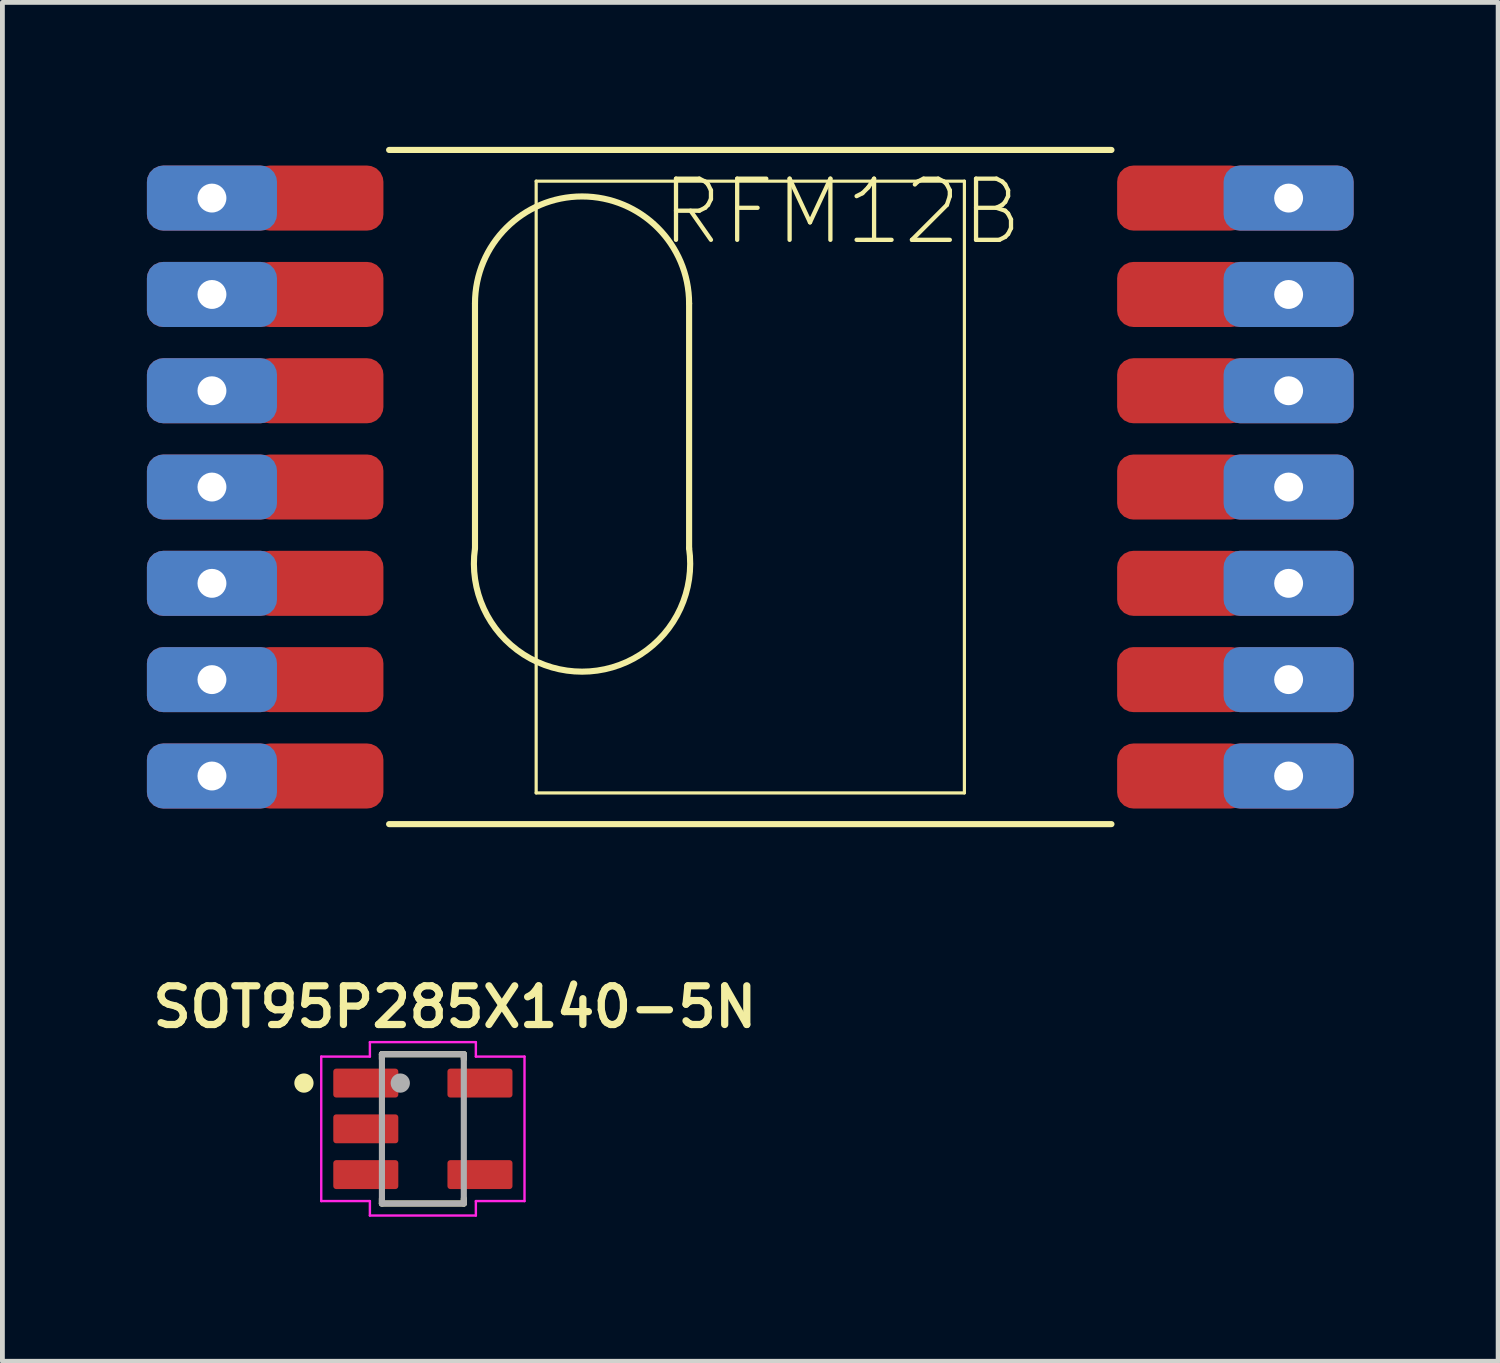
<source format=kicad_pcb>
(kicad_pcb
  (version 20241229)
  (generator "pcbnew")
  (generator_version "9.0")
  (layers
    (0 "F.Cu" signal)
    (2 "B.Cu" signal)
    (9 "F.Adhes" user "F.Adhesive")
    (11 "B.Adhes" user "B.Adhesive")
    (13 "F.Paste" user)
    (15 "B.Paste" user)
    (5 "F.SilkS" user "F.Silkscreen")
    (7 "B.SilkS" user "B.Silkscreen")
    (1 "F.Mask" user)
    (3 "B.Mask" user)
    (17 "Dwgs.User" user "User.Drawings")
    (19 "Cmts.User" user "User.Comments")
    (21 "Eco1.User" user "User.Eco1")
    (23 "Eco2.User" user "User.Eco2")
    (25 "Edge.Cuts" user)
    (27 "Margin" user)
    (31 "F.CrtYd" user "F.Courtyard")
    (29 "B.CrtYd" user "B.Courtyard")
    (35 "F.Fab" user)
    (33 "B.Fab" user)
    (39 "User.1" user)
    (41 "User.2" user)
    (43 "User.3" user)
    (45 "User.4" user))
  (footprint "SOT95P285X140-5N"
    (layer "F.Cu")
    (at 5.729 20.385)
    (property "Reference" "SOT95P285X140-5N" (at 0.664 -2.53 0) (layer "F.SilkS") (effects (font (size 0.803 0.803) (thickness 0.15))))
    (attr smd)
    (fp_line (start -0.85 -1.55) (end -0.85 -1.45) (stroke (width 0.127) (type solid)) (layer "F.SilkS"))
    (fp_line (start -0.85 1.55) (end -0.85 1.45) (stroke (width 0.127) (type solid)) (layer "F.SilkS"))
    (fp_line (start 0.85 -1.55) (end -0.85 -1.55) (stroke (width 0.127) (type solid)) (layer "F.SilkS"))
    (fp_line (start 0.85 -1.55) (end 0.85 -1.45) (stroke (width 0.127) (type solid)) (layer "F.SilkS"))
    (fp_line (start 0.85 1.55) (end -0.85 1.55) (stroke (width 0.127) (type solid)) (layer "F.SilkS"))
    (fp_line (start 0.85 1.55) (end 0.85 1.45) (stroke (width 0.127) (type solid)) (layer "F.SilkS"))
    (fp_circle (center -2.469 -0.95) (end -2.369 -0.95) (stroke (width 0.2) (type solid)) (fill no) (layer "F.SilkS"))
    (fp_line (start -2.11 -1.5) (end -2.11 1.5) (stroke (width 0.05) (type solid)) (layer "F.CrtYd"))
    (fp_line (start -2.11 1.5) (end -1.1 1.5) (stroke (width 0.05) (type solid)) (layer "F.CrtYd"))
    (fp_line (start -1.1 -1.8) (end -1.1 -1.5) (stroke (width 0.05) (type solid)) (layer "F.CrtYd"))
    (fp_line (start -1.1 -1.5) (end -2.11 -1.5) (stroke (width 0.05) (type solid)) (layer "F.CrtYd"))
    (fp_line (start -1.1 1.5) (end -1.1 1.8) (stroke (width 0.05) (type solid)) (layer "F.CrtYd"))
    (fp_line (start -1.1 1.8) (end 1.1 1.8) (stroke (width 0.05) (type solid)) (layer "F.CrtYd"))
    (fp_line (start 1.1 -1.8) (end -1.1 -1.8) (stroke (width 0.05) (type solid)) (layer "F.CrtYd"))
    (fp_line (start 1.1 -1.5) (end 1.1 -1.8) (stroke (width 0.05) (type solid)) (layer "F.CrtYd"))
    (fp_line (start 1.1 1.5) (end 2.11 1.5) (stroke (width 0.05) (type solid)) (layer "F.CrtYd"))
    (fp_line (start 1.1 1.8) (end 1.1 1.5) (stroke (width 0.05) (type solid)) (layer "F.CrtYd"))
    (fp_line (start 2.11 -1.5) (end 1.1 -1.5) (stroke (width 0.05) (type solid)) (layer "F.CrtYd"))
    (fp_line (start 2.11 1.5) (end 2.11 -1.5) (stroke (width 0.05) (type solid)) (layer "F.CrtYd"))
    (fp_line (start -0.85 -1.55) (end 0.85 -1.55) (stroke (width 0.127) (type solid)) (layer "F.Fab"))
    (fp_line (start -0.85 1.55) (end -0.85 -1.55) (stroke (width 0.127) (type solid)) (layer "F.Fab"))
    (fp_line (start 0.85 -1.55) (end 0.85 1.55) (stroke (width 0.127) (type solid)) (layer "F.Fab"))
    (fp_line (start 0.85 1.55) (end -0.85 1.55) (stroke (width 0.127) (type solid)) (layer "F.Fab"))
    (fp_circle (center -0.469 -0.95) (end -0.369 -0.95) (stroke (width 0.2) (type solid)) (fill no) (layer "F.Fab"))
    (pad "1" smd roundrect (at -1.185 -0.95 270) (size 0.6 1.35) (layers "F.Cu" "F.Mask" "F.Paste") (roundrect_rratio 0.1))
    (pad "2" smd roundrect (at -1.185 0 270) (size 0.6 1.35) (layers "F.Cu" "F.Mask" "F.Paste") (roundrect_rratio 0.1))
    (pad "3" smd roundrect (at -1.185 0.95 270) (size 0.6 1.35) (layers "F.Cu" "F.Mask" "F.Paste") (roundrect_rratio 0.1))
    (pad "4" smd roundrect (at 1.185 0.95 270) (size 0.6 1.35) (layers "F.Cu" "F.Mask" "F.Paste") (roundrect_rratio 0.1))
    (pad "5" smd roundrect (at 1.185 -0.95 270) (size 0.6 1.35) (layers "F.Cu" "F.Mask" "F.Paste") (roundrect_rratio 0.1)))
  (footprint "RFM12B"
    (layer "F.Cu")
    (at 12.526 7.061)
    (property "Reference" "RFM12B" (at 1.905 -5.715 180) (layer "F.SilkS") (effects (font (size 1.27 1.27) (thickness 0.089))))
    (attr smd)
    (fp_line (start -7.498 6.998) (end 7.498 6.998) (stroke (width 0.127) (type solid)) (layer "F.SilkS"))
    (fp_line (start -5.715 -3.81) (end -5.715 1.27) (stroke (width 0.127) (type solid)) (layer "F.SilkS"))
    (fp_line (start -4.445 -6.35) (end 4.445 -6.35) (stroke (width 0.066) (type solid)) (layer "F.SilkS"))
    (fp_line (start -4.445 6.35) (end -4.445 -6.35) (stroke (width 0.066) (type solid)) (layer "F.SilkS"))
    (fp_line (start -4.445 6.35) (end 4.445 6.35) (stroke (width 0.066) (type solid)) (layer "F.SilkS"))
    (fp_line (start -1.27 -3.81) (end -1.27 1.27) (stroke (width 0.127) (type solid)) (layer "F.SilkS"))
    (fp_line (start 4.445 6.35) (end 4.445 -6.35) (stroke (width 0.066) (type solid)) (layer "F.SilkS"))
    (fp_line (start 7.498 -6.998) (end -7.498 -6.998) (stroke (width 0.127) (type solid)) (layer "F.SilkS"))
    (fp_arc (start -5.715 -3.81) (mid -3.4925 -6.0325) (end -1.27 -3.81) (stroke (width 0.127) (type solid)) (layer "F.SilkS"))
    (fp_arc (start -1.27 1.27) (mid -3.49132 3.832564) (end -5.715332 1.272336) (stroke (width 0.127) (type solid)) (layer "F.SilkS"))
    (pad "ANT" smd roundrect (at 8.966 5.999) (size 2.7 1.35) (layers "F.Cu" "F.Mask" "F.Paste") (roundrect_rratio 0.25))
    (pad "ANT" thru_hole roundrect (at 11.176 5.999) (size 2.7 1.35) (drill 0.6) (layers "*.Cu" "*.Mask") (roundrect_rratio 0.25))
    (pad "CLK" thru_hole roundrect (at -11.176 1.999) (size 2.7 1.35) (drill 0.6) (layers "*.Cu" "*.Mask") (roundrect_rratio 0.25))
    (pad "CLK" smd roundrect (at -8.966 1.999) (size 2.7 1.35) (layers "F.Cu" "F.Mask" "F.Paste") (roundrect_rratio 0.25))
    (pad "FFIT" thru_hole roundrect (at -11.176 0) (size 2.7 1.35) (drill 0.6) (layers "*.Cu" "*.Mask") (roundrect_rratio 0.25))
    (pad "FFIT" smd roundrect (at -8.966 0) (size 2.7 1.35) (layers "F.Cu" "F.Mask" "F.Paste") (roundrect_rratio 0.25))
    (pad "FFS" thru_hole roundrect (at -11.176 -1.999) (size 2.7 1.35) (drill 0.6) (layers "*.Cu" "*.Mask") (roundrect_rratio 0.25))
    (pad "FFS" smd roundrect (at -8.966 -1.999) (size 2.7 1.35) (layers "F.Cu" "F.Mask" "F.Paste") (roundrect_rratio 0.25))
    (pad "GND" smd roundrect (at 8.966 1.999) (size 2.7 1.35) (layers "F.Cu" "F.Mask" "F.Paste") (roundrect_rratio 0.25))
    (pad "GND" thru_hole roundrect (at 11.176 1.999) (size 2.7 1.35) (drill 0.6) (layers "*.Cu" "*.Mask") (roundrect_rratio 0.25))
    (pad "GND1" thru_hole roundrect (at -11.176 5.999) (size 2.7 1.35) (drill 0.6) (layers "*.Cu" "*.Mask") (roundrect_rratio 0.25))
    (pad "GND1" smd roundrect (at -8.966 5.999) (size 2.7 1.35) (layers "F.Cu" "F.Mask" "F.Paste") (roundrect_rratio 0.25))
    (pad "IRQ" thru_hole roundrect (at -11.176 -3.998) (size 2.7 1.35) (drill 0.6) (layers "*.Cu" "*.Mask") (roundrect_rratio 0.25))
    (pad "IRQ" smd roundrect (at -8.966 -3.998) (size 2.7 1.35) (layers "F.Cu" "F.Mask" "F.Paste") (roundrect_rratio 0.25))
    (pad "NINT" smd roundrect (at 8.966 0) (size 2.7 1.35) (layers "F.Cu" "F.Mask" "F.Paste") (roundrect_rratio 0.25))
    (pad "NINT" thru_hole roundrect (at 11.176 0) (size 2.7 1.35) (drill 0.6) (layers "*.Cu" "*.Mask") (roundrect_rratio 0.25))
    (pad "RST" thru_hole roundrect (at -11.176 3.998) (size 2.7 1.35) (drill 0.6) (layers "*.Cu" "*.Mask") (roundrect_rratio 0.25))
    (pad "RST" smd roundrect (at -8.966 3.998) (size 2.7 1.35) (layers "F.Cu" "F.Mask" "F.Paste") (roundrect_rratio 0.25))
    (pad "SCK" smd roundrect (at 8.966 -3.998) (size 2.7 1.35) (layers "F.Cu" "F.Mask" "F.Paste") (roundrect_rratio 0.25))
    (pad "SCK" thru_hole roundrect (at 11.176 -3.998) (size 2.7 1.35) (drill 0.6) (layers "*.Cu" "*.Mask") (roundrect_rratio 0.25))
    (pad "SDI" smd roundrect (at 8.966 -1.999) (size 2.7 1.35) (layers "F.Cu" "F.Mask" "F.Paste") (roundrect_rratio 0.25))
    (pad "SDI" thru_hole roundrect (at 11.176 -1.999) (size 2.7 1.35) (drill 0.6) (layers "*.Cu" "*.Mask") (roundrect_rratio 0.25))
    (pad "SDO" thru_hole roundrect (at -11.176 -5.999) (size 2.7 1.35) (drill 0.6) (layers "*.Cu" "*.Mask") (roundrect_rratio 0.25))
    (pad "SDO" smd roundrect (at -8.966 -5.999) (size 2.7 1.35) (layers "F.Cu" "F.Mask" "F.Paste") (roundrect_rratio 0.25))
    (pad "SEL" smd roundrect (at 8.966 -5.999) (size 2.7 1.35) (layers "F.Cu" "F.Mask" "F.Paste") (roundrect_rratio 0.25))
    (pad "SEL" thru_hole roundrect (at 11.176 -5.999) (size 2.7 1.35) (drill 0.6) (layers "*.Cu" "*.Mask") (roundrect_rratio 0.25))
    (pad "VDD" smd roundrect (at 8.966 3.998) (size 2.7 1.35) (layers "F.Cu" "F.Mask" "F.Paste") (roundrect_rratio 0.25))
    (pad "VDD" thru_hole roundrect (at 11.176 3.998) (size 2.7 1.35) (drill 0.6) (layers "*.Cu" "*.Mask") (roundrect_rratio 0.25)))
  (gr_rect
    (start -3 -3)
    (end 28.052 25.21)
    (stroke (width 0.1) (type default))
    (fill no)
    (layer "Edge.Cuts")))
</source>
